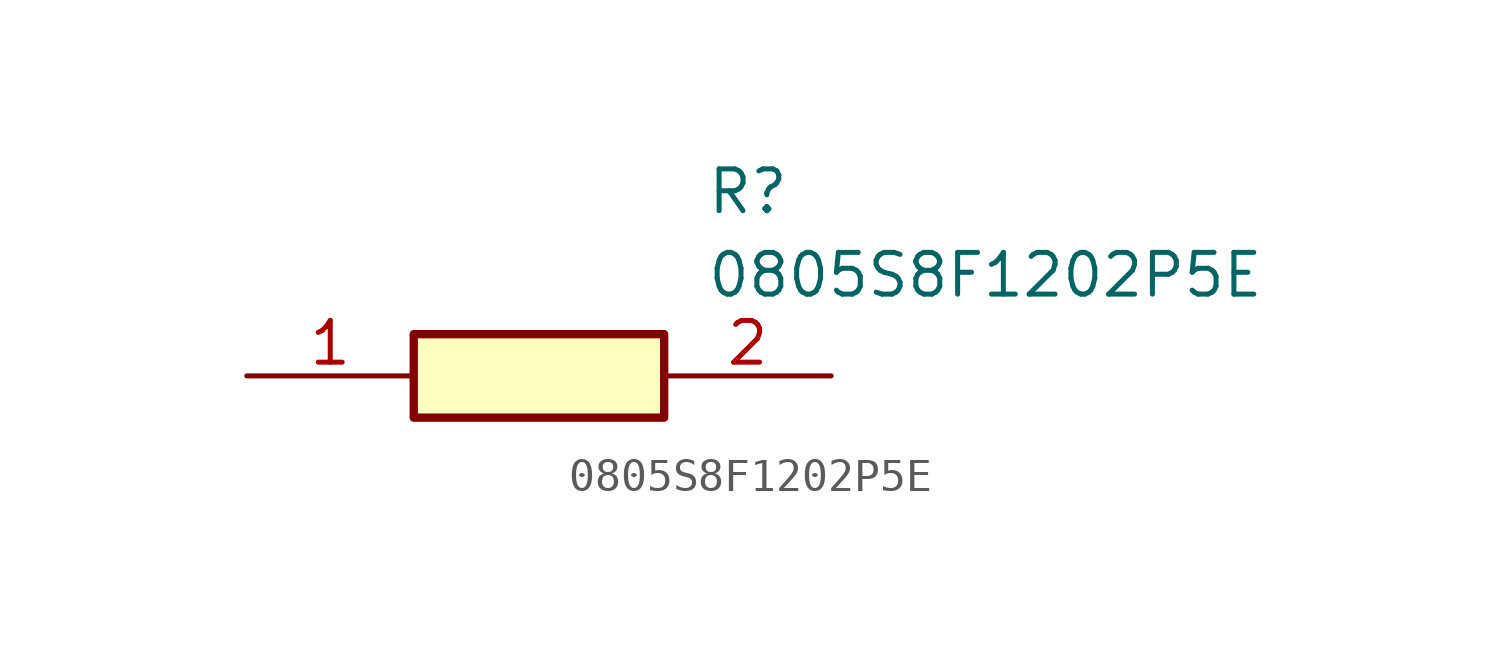
<source format=kicad_sym>
(kicad_symbol_lib
  (version 20211014)
  (generator SamacSys_ECAD_Model)
  (symbol "0805S8F1202P5E"
    (pin_names hide)
    (property "Reference" "R"
      (at 13.97 6.35 0)
      (effects (font (size 1.27 1.27)) (justify left top)))
    (property "Value" "0805S8F1202P5E"
      (at 13.97 3.81 0)
      (effects (font (size 1.27 1.27)) (justify left top)))
    (rectangle
      (start 5.08 1.27)
      (end 12.7 -1.27)
      (stroke (width 0.254) (type default))
      (fill (type background)))
    (pin passive line
      (at 0 0 0)
      (length 5.08)
      (name "1" (effects (font (size 1.27 1.27))))
      (number "1" (effects (font (size 1.27 1.27)))))
    (pin passive line
      (at 17.78 0 180)
      (length 5.08)
      (name "2" (effects (font (size 1.27 1.27))))
      (number "2" (effects (font (size 1.27 1.27)))))))
</source>
